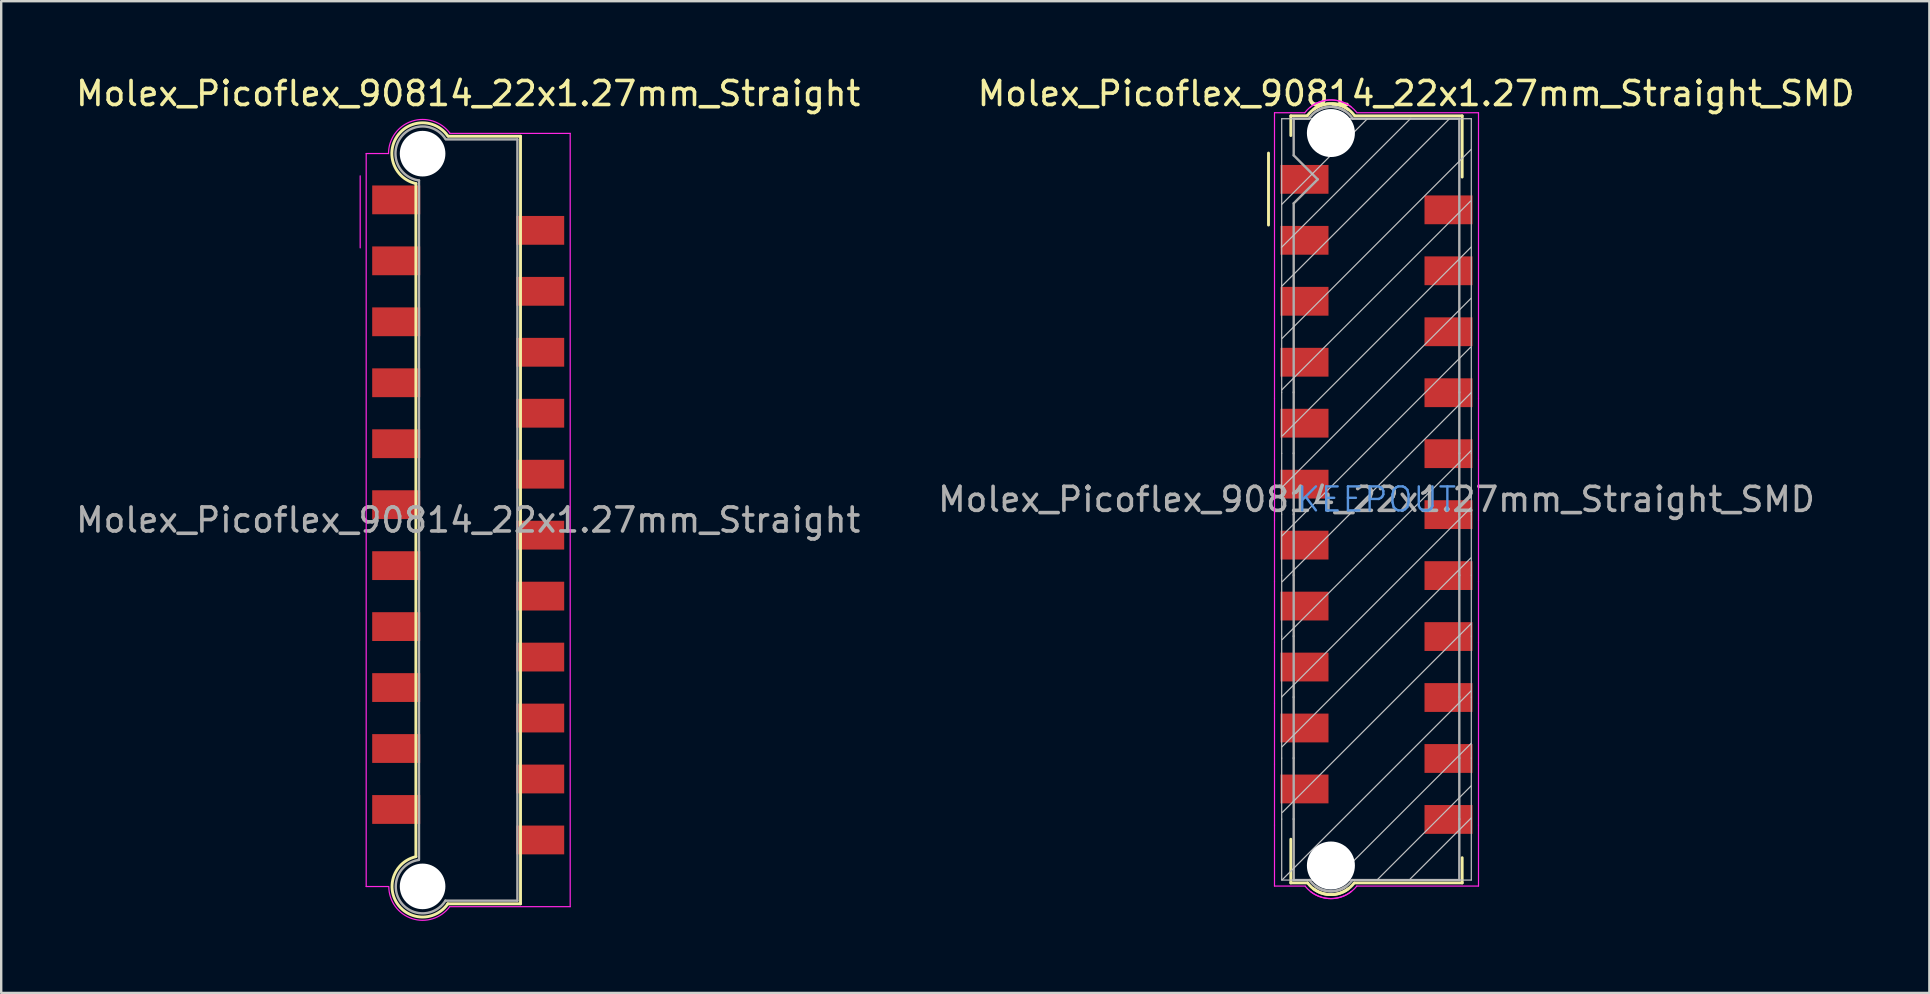
<source format=kicad_pcb>
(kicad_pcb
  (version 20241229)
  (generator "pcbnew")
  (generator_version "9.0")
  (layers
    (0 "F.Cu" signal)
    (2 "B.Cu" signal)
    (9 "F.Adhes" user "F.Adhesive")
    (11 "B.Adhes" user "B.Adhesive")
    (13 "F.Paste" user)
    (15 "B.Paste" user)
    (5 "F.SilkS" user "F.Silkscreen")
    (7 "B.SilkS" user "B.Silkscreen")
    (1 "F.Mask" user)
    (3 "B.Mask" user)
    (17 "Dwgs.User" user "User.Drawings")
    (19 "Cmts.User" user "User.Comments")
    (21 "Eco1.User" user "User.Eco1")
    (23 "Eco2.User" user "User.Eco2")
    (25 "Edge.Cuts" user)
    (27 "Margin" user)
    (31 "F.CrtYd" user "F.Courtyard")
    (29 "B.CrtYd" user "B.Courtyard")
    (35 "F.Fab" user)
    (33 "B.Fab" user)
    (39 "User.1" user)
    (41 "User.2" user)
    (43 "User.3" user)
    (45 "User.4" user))
  (footprint "Molex_Picoflex_90814_22x1.27mm_Straight_SMD"
    (layer "F.Cu")
    (at 54.304 17.758)
    (property "Reference" "Molex_Picoflex_90814_22x1.27mm_Straight_SMD" (at 1.65 -16.91 0) (layer "F.SilkS") (effects (font (size 1 1) (thickness 0.15))))
    (attr smd)
    (fp_line (start -4.5 -14.43) (end -4.5 -11.43) (stroke (width 0.12) (type solid)) (layer "F.SilkS"))
    (fp_line (start -3.57 -15.98) (end -2.89 -15.98) (stroke (width 0.12) (type solid)) (layer "F.SilkS"))
    (fp_line (start -3.57 -15.16) (end -3.57 -15.98) (stroke (width 0.12) (type solid)) (layer "F.SilkS"))
    (fp_line (start -3.57 15.98) (end -3.57 14.16) (stroke (width 0.12) (type solid)) (layer "F.SilkS"))
    (fp_line (start -2.87 15.98) (end -3.57 15.98) (stroke (width 0.12) (type solid)) (layer "F.SilkS"))
    (fp_line (start -0.89 -15.98) (end 3.57 -15.98) (stroke (width 0.12) (type solid)) (layer "F.SilkS"))
    (fp_line (start 3.57 -15.98) (end 3.57 -13.43) (stroke (width 0.12) (type solid)) (layer "F.SilkS"))
    (fp_line (start 3.57 14.93) (end 3.57 15.98) (stroke (width 0.12) (type solid)) (layer "F.SilkS"))
    (fp_line (start 3.57 15.98) (end -0.9 15.98) (stroke (width 0.12) (type solid)) (layer "F.SilkS"))
    (fp_arc (start -2.88 -15.99) (mid -2.083848 -16.472082) (end -1.18 -16.25) (stroke (width 0.12) (type solid)) (layer "F.SilkS"))
    (fp_arc (start -2.61 -16.26) (mid -1.70201 -16.472082) (end -0.91 -15.98) (stroke (width 0.12) (type solid)) (layer "F.SilkS"))
    (fp_arc (start -1.18 16.23) (mid -2.076777 16.45501) (end -2.87 15.98) (stroke (width 0.12) (type solid)) (layer "F.SilkS"))
    (fp_arc (start -0.93 15.98) (mid -1.723223 16.45501) (end -2.62 16.23) (stroke (width 0.12) (type solid)) (layer "F.SilkS"))
    (fp_line (start -3.96 -10.5) (end 1.43 -15.88) (stroke (width 0.05) (type solid)) (layer "Dwgs.User"))
    (fp_line (start -3.95 -12.29) (end -0.38 -15.86) (stroke (width 0.05) (type solid)) (layer "Dwgs.User"))
    (fp_line (start -3.95 -8.88) (end 3.04 -15.86) (stroke (width 0.05) (type solid)) (layer "Dwgs.User"))
    (fp_line (start -3.95 -4.56) (end 3.92 -12.43) (stroke (width 0.05) (type solid)) (layer "Dwgs.User"))
    (fp_line (start -3.95 -4.46) (end -3.95 -15.86) (stroke (width 0.05) (type solid)) (layer "Dwgs.User"))
    (fp_line (start -3.95 -1.92) (end -3.95 -4.46) (stroke (width 0.05) (type solid)) (layer "Dwgs.User"))
    (fp_line (start -3.95 0.62) (end -3.95 -1.92) (stroke (width 0.05) (type solid)) (layer "Dwgs.User"))
    (fp_line (start -3.95 0.62) (end -3.95 3.16) (stroke (width 0.05) (type solid)) (layer "Dwgs.User"))
    (fp_line (start -3.95 1.53) (end 3.92 -6.34) (stroke (width 0.05) (type solid)) (layer "Dwgs.User"))
    (fp_line (start -3.95 3.16) (end -3.95 5.7) (stroke (width 0.05) (type solid)) (layer "Dwgs.User"))
    (fp_line (start -3.95 5.7) (end -3.95 8.24) (stroke (width 0.05) (type solid)) (layer "Dwgs.User"))
    (fp_line (start -3.95 10.78) (end -3.95 8.24) (stroke (width 0.05) (type solid)) (layer "Dwgs.User"))
    (fp_line (start -3.95 10.78) (end -3.95 13.32) (stroke (width 0.05) (type solid)) (layer "Dwgs.User"))
    (fp_line (start -3.95 15.86) (end -3.95 13.32) (stroke (width 0.05) (type solid)) (layer "Dwgs.User"))
    (fp_line (start -3.95 15.86) (end 3.95 15.86) (stroke (width 0.05) (type solid)) (layer "Dwgs.User"))
    (fp_line (start -3.94 8.22) (end 3.93 0.35) (stroke (width 0.05) (type solid)) (layer "Dwgs.User"))
    (fp_line (start -3.94 10.31) (end 3.93 2.44) (stroke (width 0.05) (type solid)) (layer "Dwgs.User"))
    (fp_line (start -3.93 -6.71) (end 3.94 -14.58) (stroke (width 0.05) (type solid)) (layer "Dwgs.User"))
    (fp_line (start -3.93 -0.51) (end 3.94 -8.38) (stroke (width 0.05) (type solid)) (layer "Dwgs.User"))
    (fp_line (start -3.93 3.43) (end 3.94 -4.44) (stroke (width 0.05) (type solid)) (layer "Dwgs.User"))
    (fp_line (start -3.93 5.84) (end 3.94 -2.03) (stroke (width 0.05) (type solid)) (layer "Dwgs.User"))
    (fp_line (start -3.93 15.85) (end 3.94 7.98) (stroke (width 0.05) (type solid)) (layer "Dwgs.User"))
    (fp_line (start -3.92 -2.65) (end 3.95 -10.52) (stroke (width 0.05) (type solid)) (layer "Dwgs.User"))
    (fp_line (start -3.92 13.04) (end 3.95 5.17) (stroke (width 0.05) (type solid)) (layer "Dwgs.User"))
    (fp_line (start -1.74 15.85) (end 3.95 10.16) (stroke (width 0.05) (type solid)) (layer "Dwgs.User"))
    (fp_line (start 0.03 15.85) (end 3.95 11.93) (stroke (width 0.05) (type solid)) (layer "Dwgs.User"))
    (fp_line (start 1.4 15.82) (end 3.95 13.27) (stroke (width 0.05) (type solid)) (layer "Dwgs.User"))
    (fp_line (start 3.95 -15.86) (end -3.95 -15.86) (stroke (width 0.05) (type solid)) (layer "Dwgs.User"))
    (fp_line (start 3.95 -15.86) (end 3.95 -4.46) (stroke (width 0.05) (type solid)) (layer "Dwgs.User"))
    (fp_line (start 3.95 -4.46) (end 3.95 -1.92) (stroke (width 0.05) (type solid)) (layer "Dwgs.User"))
    (fp_line (start 3.95 -1.92) (end 3.95 0.62) (stroke (width 0.05) (type solid)) (layer "Dwgs.User"))
    (fp_line (start 3.95 0.62) (end 3.95 3.16) (stroke (width 0.05) (type solid)) (layer "Dwgs.User"))
    (fp_line (start 3.95 5.7) (end 3.95 3.16) (stroke (width 0.05) (type solid)) (layer "Dwgs.User"))
    (fp_line (start 3.95 5.7) (end 3.95 8.24) (stroke (width 0.05) (type solid)) (layer "Dwgs.User"))
    (fp_line (start 3.95 10.78) (end 3.95 8.24) (stroke (width 0.05) (type solid)) (layer "Dwgs.User"))
    (fp_line (start 3.95 13.32) (end 3.95 10.78) (stroke (width 0.05) (type solid)) (layer "Dwgs.User"))
    (fp_line (start 3.95 13.32) (end 3.95 15.86) (stroke (width 0.05) (type solid)) (layer "Dwgs.User"))
    (fp_line (start -4.25 -16.11) (end -4.25 -4.21) (stroke (width 0.05) (type solid)) (layer "F.CrtYd"))
    (fp_line (start -4.25 -4.21) (end -4.25 -1.67) (stroke (width 0.05) (type solid)) (layer "F.CrtYd"))
    (fp_line (start -4.25 -1.67) (end -4.25 0.87) (stroke (width 0.05) (type solid)) (layer "F.CrtYd"))
    (fp_line (start -4.25 3.41) (end -4.25 0.87) (stroke (width 0.05) (type solid)) (layer "F.CrtYd"))
    (fp_line (start -4.25 5.95) (end -4.25 3.41) (stroke (width 0.05) (type solid)) (layer "F.CrtYd"))
    (fp_line (start -4.25 8.49) (end -4.25 5.95) (stroke (width 0.05) (type solid)) (layer "F.CrtYd"))
    (fp_line (start -4.25 8.49) (end -4.25 11.03) (stroke (width 0.05) (type solid)) (layer "F.CrtYd"))
    (fp_line (start -4.25 13.57) (end -4.25 11.03) (stroke (width 0.05) (type solid)) (layer "F.CrtYd"))
    (fp_line (start -4.25 13.57) (end -4.25 16.11) (stroke (width 0.05) (type solid)) (layer "F.CrtYd"))
    (fp_line (start -4.25 16.11) (end -2.97 16.11) (stroke (width 0.05) (type solid)) (layer "F.CrtYd"))
    (fp_line (start -2.99 -16.11) (end -4.25 -16.11) (stroke (width 0.05) (type solid)) (layer "F.CrtYd"))
    (fp_line (start -0.82 -16.11) (end 4.25 -16.11) (stroke (width 0.05) (type solid)) (layer "F.CrtYd"))
    (fp_line (start 4.25 -16.11) (end 4.25 -4.21) (stroke (width 0.05) (type solid)) (layer "F.CrtYd"))
    (fp_line (start 4.25 -1.67) (end 4.25 -4.21) (stroke (width 0.05) (type solid)) (layer "F.CrtYd"))
    (fp_line (start 4.25 0.87) (end 4.25 -1.67) (stroke (width 0.05) (type solid)) (layer "F.CrtYd"))
    (fp_line (start 4.25 0.87) (end 4.25 3.41) (stroke (width 0.05) (type solid)) (layer "F.CrtYd"))
    (fp_line (start 4.25 5.95) (end 4.25 3.41) (stroke (width 0.05) (type solid)) (layer "F.CrtYd"))
    (fp_line (start 4.25 8.49) (end 4.25 5.95) (stroke (width 0.05) (type solid)) (layer "F.CrtYd"))
    (fp_line (start 4.25 8.49) (end 4.25 11.03) (stroke (width 0.05) (type solid)) (layer "F.CrtYd"))
    (fp_line (start 4.25 11.03) (end 4.25 13.57) (stroke (width 0.05) (type solid)) (layer "F.CrtYd"))
    (fp_line (start 4.25 16.11) (end -0.82 16.11) (stroke (width 0.05) (type solid)) (layer "F.CrtYd"))
    (fp_line (start 4.25 16.11) (end 4.25 13.57) (stroke (width 0.05) (type solid)) (layer "F.CrtYd"))
    (fp_arc (start -2.99 -16.11) (mid -2.076777 -16.634716) (end -1.06 -16.36) (stroke (width 0.05) (type solid)) (layer "F.CrtYd"))
    (fp_arc (start -2.76 -16.34) (mid -1.751508 -16.634716) (end -0.83 -16.13) (stroke (width 0.05) (type solid)) (layer "F.CrtYd"))
    (fp_arc (start -1.04 16.33) (mid -2.048492 16.624716) (end -2.97 16.12) (stroke (width 0.05) (type solid)) (layer "F.CrtYd"))
    (fp_arc (start -0.82 16.11) (mid -1.737365 16.624716) (end -2.75 16.34) (stroke (width 0.05) (type solid)) (layer "F.CrtYd"))
    (fp_line (start -3.45 -15.86) (end -3.45 -14.335) (stroke (width 0.1) (type solid)) (layer "F.Fab"))
    (fp_line (start -3.45 -15.86) (end -2.81 -15.86) (stroke (width 0.1) (type solid)) (layer "F.Fab"))
    (fp_line (start -3.45 -12.335) (end -2.45 -13.335) (stroke (width 0.1) (type solid)) (layer "F.Fab"))
    (fp_line (start -3.45 -4.46) (end -3.45 -12.335) (stroke (width 0.1) (type solid)) (layer "F.Fab"))
    (fp_line (start -3.45 -4.46) (end -3.45 -1.92) (stroke (width 0.1) (type solid)) (layer "F.Fab"))
    (fp_line (start -3.45 -1.92) (end -3.45 0.62) (stroke (width 0.1) (type solid)) (layer "F.Fab"))
    (fp_line (start -3.45 0.62) (end -3.45 3.16) (stroke (width 0.1) (type solid)) (layer "F.Fab"))
    (fp_line (start -3.45 3.16) (end -3.45 5.7) (stroke (width 0.1) (type solid)) (layer "F.Fab"))
    (fp_line (start -3.45 5.7) (end -3.45 8.24) (stroke (width 0.1) (type solid)) (layer "F.Fab"))
    (fp_line (start -3.45 8.24) (end -3.45 10.78) (stroke (width 0.1) (type solid)) (layer "F.Fab"))
    (fp_line (start -3.45 10.78) (end -3.45 13.32) (stroke (width 0.1) (type solid)) (layer "F.Fab"))
    (fp_line (start -3.45 13.32) (end -3.45 15.86) (stroke (width 0.1) (type solid)) (layer "F.Fab"))
    (fp_line (start -3.45 15.86) (end -2.79 15.86) (stroke (width 0.1) (type solid)) (layer "F.Fab"))
    (fp_line (start -2.45 -13.335) (end -3.45 -14.335) (stroke (width 0.1) (type solid)) (layer "F.Fab"))
    (fp_line (start -1 -15.86) (end 3.45 -15.86) (stroke (width 0.1) (type solid)) (layer "F.Fab"))
    (fp_line (start 3.45 -15.86) (end 3.45 -4.46) (stroke (width 0.1) (type solid)) (layer "F.Fab"))
    (fp_line (start 3.45 -4.46) (end 3.45 -1.92) (stroke (width 0.1) (type solid)) (layer "F.Fab"))
    (fp_line (start 3.45 -1.92) (end 3.45 0.62) (stroke (width 0.1) (type solid)) (layer "F.Fab"))
    (fp_line (start 3.45 0.62) (end 3.45 3.16) (stroke (width 0.1) (type solid)) (layer "F.Fab"))
    (fp_line (start 3.45 3.16) (end 3.45 5.7) (stroke (width 0.1) (type solid)) (layer "F.Fab"))
    (fp_line (start 3.45 5.7) (end 3.45 8.24) (stroke (width 0.1) (type solid)) (layer "F.Fab"))
    (fp_line (start 3.45 8.24) (end 3.45 10.78) (stroke (width 0.1) (type solid)) (layer "F.Fab"))
    (fp_line (start 3.45 10.78) (end 3.45 13.32) (stroke (width 0.1) (type solid)) (layer "F.Fab"))
    (fp_line (start 3.45 13.32) (end 3.45 15.86) (stroke (width 0.1) (type solid)) (layer "F.Fab"))
    (fp_line (start 3.45 15.86) (end -1 15.86) (stroke (width 0.1) (type solid)) (layer "F.Fab"))
    (fp_arc (start -2.81 -15.87) (mid -2.119203 -16.337731) (end -1.3 -16.18) (stroke (width 0.1) (type solid)) (layer "F.Fab"))
    (fp_arc (start -2.49 -16.18) (mid -1.673726 -16.33066) (end -0.99 -15.86) (stroke (width 0.1) (type solid)) (layer "F.Fab"))
    (fp_arc (start -1.29 16.14) (mid -2.09799 16.31066) (end -2.79 15.86) (stroke (width 0.1) (type solid)) (layer "F.Fab"))
    (fp_arc (start -1.01 15.86) (mid -1.70201 16.31066) (end -2.51 16.14) (stroke (width 0.1) (type solid)) (layer "F.Fab"))
    (fp_text user "KEEPOUT" (at 0 0 0) (layer "Cmts.User") (effects (font (size 1 1) (thickness 0.1))))
    (fp_text user "${REFERENCE}" (at 0 0 0) (layer "F.Fab") (effects (font (size 1 1) (thickness 0.15))))
    (pad "" np_thru_hole circle (at -1.9 -15.265) (size 2 2) (drill 2) (layers "*.Cu" "*.Mask"))
    (pad "" np_thru_hole circle (at -1.9 15.255) (size 2 2) (drill 2) (layers "*.Cu" "*.Mask"))
    (pad "1" smd rect (at -3 -13.335) (size 2 1.2) (layers "F.Cu" "F.Mask" "F.Paste"))
    (pad "2" smd rect (at 3 -12.065) (size 2 1.2) (layers "F.Cu" "F.Mask" "F.Paste"))
    (pad "3" smd rect (at -3 -10.795) (size 2 1.2) (layers "F.Cu" "F.Mask" "F.Paste"))
    (pad "4" smd rect (at 3 -9.525) (size 2 1.2) (layers "F.Cu" "F.Mask" "F.Paste"))
    (pad "5" smd rect (at -3 -8.255) (size 2 1.2) (layers "F.Cu" "F.Mask" "F.Paste"))
    (pad "6" smd rect (at 3 -6.985) (size 2 1.2) (layers "F.Cu" "F.Mask" "F.Paste"))
    (pad "7" smd rect (at -3 -5.715) (size 2 1.2) (layers "F.Cu" "F.Mask" "F.Paste"))
    (pad "8" smd rect (at 3 -4.445) (size 2 1.2) (layers "F.Cu" "F.Mask" "F.Paste"))
    (pad "9" smd rect (at -3 -3.175) (size 2 1.2) (layers "F.Cu" "F.Mask" "F.Paste"))
    (pad "10" smd rect (at 3 -1.905) (size 2 1.2) (layers "F.Cu" "F.Mask" "F.Paste"))
    (pad "11" smd rect (at -3 -0.635) (size 2 1.2) (layers "F.Cu" "F.Mask" "F.Paste"))
    (pad "12" smd rect (at 3 0.635) (size 2 1.2) (layers "F.Cu" "F.Mask" "F.Paste"))
    (pad "13" connect rect (at -3 1.905) (size 2 1.2) (layers "F.Cu" "F.Mask"))
    (pad "14" connect rect (at 3 3.175) (size 2 1.2) (layers "F.Cu" "F.Mask"))
    (pad "15" smd rect (at -3 4.445) (size 2 1.2) (layers "F.Cu" "F.Mask" "F.Paste"))
    (pad "16" smd rect (at 3 5.715) (size 2 1.2) (layers "F.Cu" "F.Mask" "F.Paste"))
    (pad "17" smd rect (at -3 6.985) (size 2 1.2) (layers "F.Cu" "F.Mask" "F.Paste"))
    (pad "18" smd rect (at 3 8.255) (size 2 1.2) (layers "F.Cu" "F.Mask" "F.Paste"))
    (pad "19" smd rect (at -3 9.525) (size 2 1.2) (layers "F.Cu" "F.Mask" "F.Paste"))
    (pad "20" smd rect (at 3 10.795) (size 2 1.2) (layers "F.Cu" "F.Mask" "F.Paste"))
    (pad "21" smd rect (at -3 12.065) (size 2 1.2) (layers "F.Cu" "F.Mask" "F.Paste"))
    (pad "22" smd rect (at 3 13.335) (size 2 1.2) (layers "F.Cu" "F.Mask" "F.Paste")))
  (footprint "Molex_Picoflex_90814_22x1.27mm_Straight"
    (layer "F.Cu")
    (at 16.458 18.618)
    (property "Reference" "Molex_Picoflex_90814_22x1.27mm_Straight" (at 0 -17.77 0) (layer "F.SilkS") (effects (font (size 1 1) (thickness 0.15))))
    (attr smd)
    (fp_line (start -2.18 14.02) (end -2.18 -14.02) (stroke (width 0.12) (type solid)) (layer "F.SilkS"))
    (fp_line (start 2.18 -15.99) (end -0.82 -15.99) (stroke (width 0.12) (type solid)) (layer "F.SilkS"))
    (fp_line (start 2.18 -15.99) (end 2.18 15.99) (stroke (width 0.12) (type solid)) (layer "F.SilkS"))
    (fp_line (start 2.18 15.99) (end -0.85 15.99) (stroke (width 0.12) (type solid)) (layer "F.SilkS"))
    (fp_arc (start -2.18 -14.02) (mid -2.961654 -15.986792) (end -0.845254 -15.996919) (stroke (width 0.12) (type solid)) (layer "F.SilkS"))
    (fp_arc (start -0.85 15.99) (mid -2.953481 15.984897) (end -2.181219 14.028301) (stroke (width 0.12) (type solid)) (layer "F.SilkS"))
    (fp_line (start -4.5 -14.34) (end -4.5 -11.34) (stroke (width 0.05) (type solid)) (layer "F.CrtYd"))
    (fp_line (start -4.25 15.27) (end -4.25 -15.27) (stroke (width 0.05) (type solid)) (layer "F.CrtYd"))
    (fp_line (start -3.32 -15.27) (end -4.25 -15.27) (stroke (width 0.05) (type solid)) (layer "F.CrtYd"))
    (fp_line (start -3.32 15.27) (end -4.25 15.27) (stroke (width 0.05) (type solid)) (layer "F.CrtYd"))
    (fp_line (start 4.25 -16.11) (end -0.76 -16.11) (stroke (width 0.05) (type solid)) (layer "F.CrtYd"))
    (fp_line (start 4.25 -16.11) (end 4.25 16.11) (stroke (width 0.05) (type solid)) (layer "F.CrtYd"))
    (fp_line (start 4.25 16.11) (end -0.77 16.11) (stroke (width 0.05) (type solid)) (layer "F.CrtYd"))
    (fp_arc (start -3.32 -15.27) (mid -2.344692 -16.618573) (end -0.758523 -16.114648) (stroke (width 0.05) (type solid)) (layer "F.CrtYd"))
    (fp_arc (start -0.77 16.11) (mid -2.339205 16.607759) (end -3.307997 15.27674) (stroke (width 0.05) (type solid)) (layer "F.CrtYd"))
    (fp_line (start -2.05 14.15) (end -2.05 -14.15) (stroke (width 0.1) (type solid)) (layer "F.Fab"))
    (fp_line (start 2.05 -15.86) (end -0.93 -15.86) (stroke (width 0.1) (type solid)) (layer "F.Fab"))
    (fp_line (start 2.05 -15.86) (end 2.05 15.86) (stroke (width 0.1) (type solid)) (layer "F.Fab"))
    (fp_line (start 2.05 15.86) (end -0.95 15.86) (stroke (width 0.1) (type solid)) (layer "F.Fab"))
    (fp_arc (start -2.05 -14.15) (mid -2.851672 -15.879279) (end -0.945612 -15.875015) (stroke (width 0.1) (type solid)) (layer "F.Fab"))
    (fp_arc (start -0.95 15.86) (mid -2.836209 15.881648) (end -2.058682 14.163013) (stroke (width 0.1) (type solid)) (layer "F.Fab"))
    (fp_text user "${REFERENCE}" (at 0 0 0) (layer "F.Fab") (effects (font (size 1 1) (thickness 0.15))))
    (pad "" np_thru_hole circle (at -1.9 -15.265) (size 1.9 1.9) (drill 1.9) (layers "*.Cu"))
    (pad "" np_thru_hole circle (at -1.9 15.265) (size 1.9 1.9) (drill 1.9) (layers "*.Cu"))
    (pad "1" smd rect (at -3 -13.34) (size 2 1.2) (layers "F.Cu" "F.Mask" "F.Paste"))
    (pad "2" smd rect (at 3 -12.07) (size 2 1.2) (layers "F.Cu" "F.Mask" "F.Paste"))
    (pad "3" smd rect (at -3 -10.8) (size 2 1.2) (layers "F.Cu" "F.Mask" "F.Paste"))
    (pad "4" smd rect (at 3 -9.53) (size 2 1.2) (layers "F.Cu" "F.Mask" "F.Paste"))
    (pad "5" smd rect (at -3 -8.26) (size 2 1.2) (layers "F.Cu" "F.Mask" "F.Paste"))
    (pad "6" smd rect (at 3 -6.99) (size 2 1.2) (layers "F.Cu" "F.Mask" "F.Paste"))
    (pad "7" smd rect (at -3 -5.72) (size 2 1.2) (layers "F.Cu" "F.Mask" "F.Paste"))
    (pad "8" smd rect (at 3 -4.45) (size 2 1.2) (layers "F.Cu" "F.Mask" "F.Paste"))
    (pad "9" smd rect (at -3 -3.18) (size 2 1.2) (layers "F.Cu" "F.Mask" "F.Paste"))
    (pad "10" smd rect (at 3 -1.91) (size 2 1.2) (layers "F.Cu" "F.Mask" "F.Paste"))
    (pad "11" smd rect (at -3 -0.64) (size 2 1.2) (layers "F.Cu" "F.Mask" "F.Paste"))
    (pad "12" smd rect (at 3 0.63) (size 2 1.2) (layers "F.Cu" "F.Mask" "F.Paste"))
    (pad "13" smd rect (at -3 1.9) (size 2 1.2) (layers "F.Cu" "F.Mask" "F.Paste"))
    (pad "14" smd rect (at 3 3.17) (size 2 1.2) (layers "F.Cu" "F.Mask" "F.Paste"))
    (pad "15" smd rect (at -3 4.44) (size 2 1.2) (layers "F.Cu" "F.Mask" "F.Paste"))
    (pad "16" smd rect (at 3 5.71) (size 2 1.2) (layers "F.Cu" "F.Mask" "F.Paste"))
    (pad "17" smd rect (at -3 6.98) (size 2 1.2) (layers "F.Cu" "F.Mask" "F.Paste"))
    (pad "18" smd rect (at 3 8.25) (size 2 1.2) (layers "F.Cu" "F.Mask" "F.Paste"))
    (pad "19" smd rect (at -3 9.52) (size 2 1.2) (layers "F.Cu" "F.Mask" "F.Paste"))
    (pad "20" smd rect (at 3 10.79) (size 2 1.2) (layers "F.Cu" "F.Mask" "F.Paste"))
    (pad "21" smd rect (at -3 12.06) (size 2 1.2) (layers "F.Cu" "F.Mask" "F.Paste"))
    (pad "22" smd rect (at 3 13.33) (size 2 1.2) (layers "F.Cu" "F.Mask" "F.Paste")))
  (gr_rect
    (start -3 -3)
    (end 77.34 38.321)
    (stroke (width 0.1) (type default))
    (fill no)
    (layer "Edge.Cuts")))
</source>
